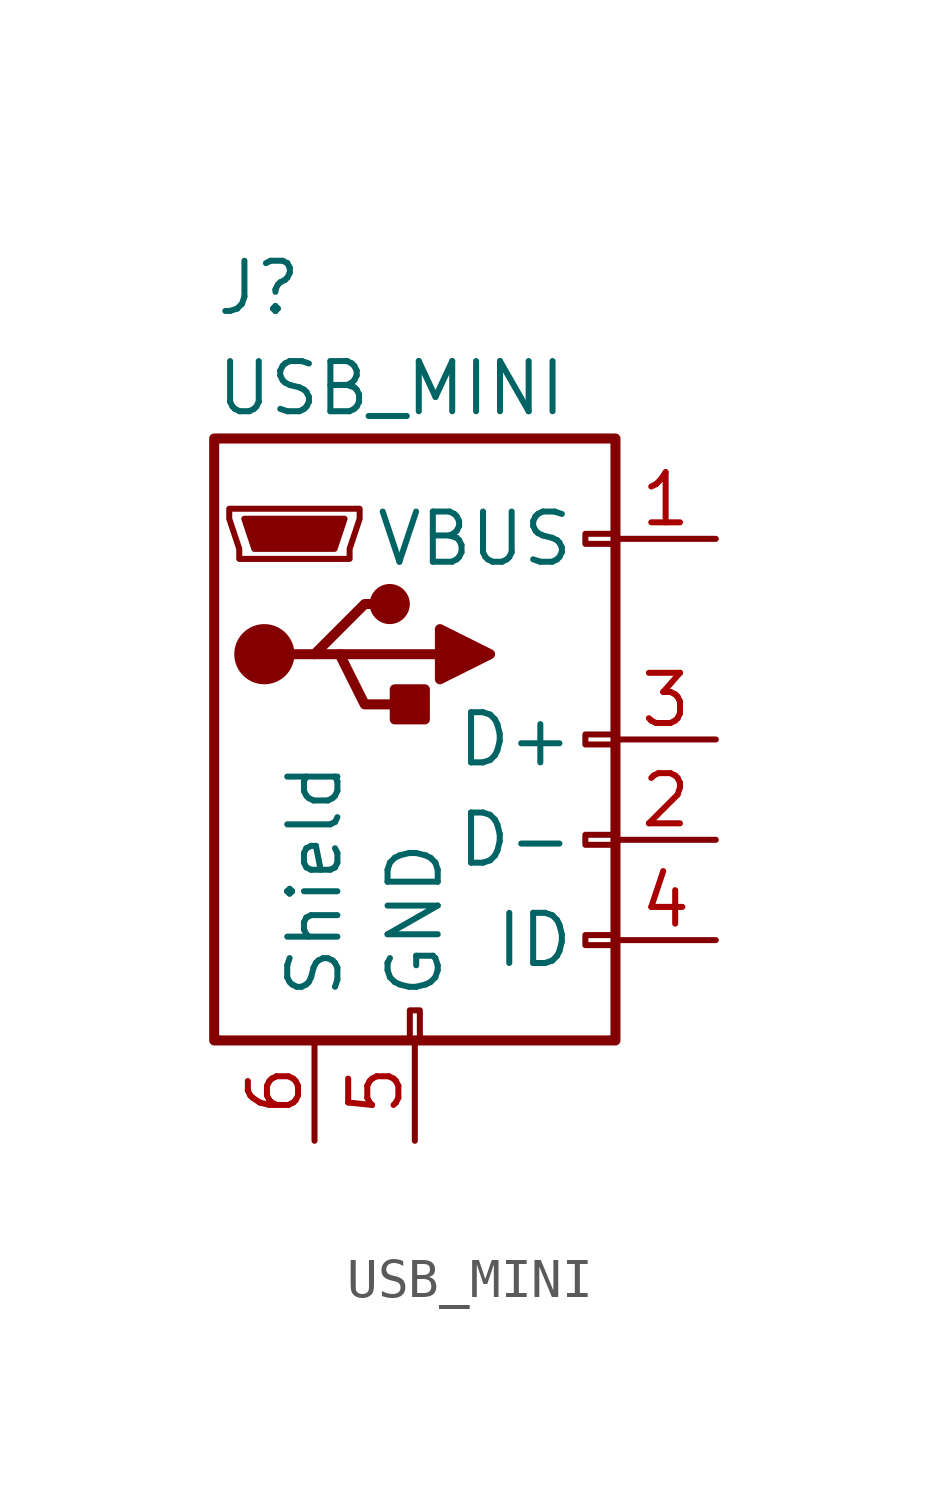
<source format=kicad_sym>
(kicad_symbol_lib
  (version 20211014)
  (generator kicad_symbol_editor)
  (symbol "USB_MINI"
    (pin_names
      (offset 1.016))
    (property "Reference" "J"
      (at -5.08 11.43 0)
      (effects (font (size 1.27 1.27)) (justify left)))
    (property "Value" "USB_MINI"
      (at -5.08 8.89 0)
      (effects (font (size 1.27 1.27)) (justify left)))
    (symbol "USB_MINI_0_1"
      (rectangle (start -5.08 -7.62) (end 5.08 7.62) (stroke (width 0.254) (type default) (color 0 0 0 0)) (fill (type none)))
      (circle (center -3.81 2.159) (radius 0.635) (stroke (width 0.254) (type default) (color 0 0 0 0)) (fill (type outline)))
      (circle (center -0.635 3.429) (radius 0.381) (stroke (width 0.254) (type default) (color 0 0 0 0)) (fill (type outline)))
      (rectangle (start -0.127 -7.62) (end 0.127 -6.858) (stroke (width 0) (type default) (color 0 0 0 0)) (fill (type none)))
      (polyline (pts (xy -1.905 2.159) (xy 0.635 2.159)) (stroke (width 0.254) (type default) (color 0 0 0 0)) (fill (type none)))
      (polyline (pts (xy -3.175 2.159) (xy -2.54 2.159) (xy -1.27 3.429) (xy -0.635 3.429)) (stroke (width 0.254) (type default) (color 0 0 0 0)) (fill (type none)))
      (polyline (pts (xy -2.54 2.159) (xy -1.905 2.159) (xy -1.27 0.889) (xy 0 0.889)) (stroke (width 0.254) (type default) (color 0 0 0 0)) (fill (type none)))
      (polyline (pts (xy 0.635 2.794) (xy 0.635 1.524) (xy 1.905 2.159) (xy 0.635 2.794)) (stroke (width 0.254) (type default) (color 0 0 0 0)) (fill (type outline)))
      (polyline (pts (xy -4.318 5.588) (xy -1.778 5.588) (xy -2.032 4.826) (xy -4.064 4.826) (xy -4.318 5.588)) (stroke (width 0) (type default) (color 0 0 0 0)) (fill (type outline)))
      (polyline (pts (xy -4.699 5.842) (xy -4.699 5.588) (xy -4.445 4.826) (xy -4.445 4.572) (xy -1.651 4.572) (xy -1.651 4.826) (xy -1.397 5.588) (xy -1.397 5.842) (xy -4.699 5.842)) (stroke (width 0) (type default) (color 0 0 0 0)) (fill (type none)))
      (rectangle (start 0.254 1.27) (end -0.508 0.508) (stroke (width 0.254) (type default) (color 0 0 0 0)) (fill (type outline)))
      (rectangle (start 5.08 -5.207) (end 4.318 -4.953) (stroke (width 0) (type default) (color 0 0 0 0)) (fill (type none)))
      (rectangle (start 5.08 -2.667) (end 4.318 -2.413) (stroke (width 0) (type default) (color 0 0 0 0)) (fill (type none)))
      (rectangle (start 5.08 -0.127) (end 4.318 0.127) (stroke (width 0) (type default) (color 0 0 0 0)) (fill (type none)))
      (rectangle (start 5.08 4.953) (end 4.318 5.207) (stroke (width 0) (type default) (color 0 0 0 0)) (fill (type none))))
    (symbol "USB_MINI_1_1"
      (pin power_out line (at 7.62 5.08 180) (length 2.54) (name "VBUS" (effects (font (size 1.27 1.27)))) (number "1" (effects (font (size 1.27 1.27)))))
      (pin passive line (at 7.62 -2.54 180) (length 2.54) (name "D-" (effects (font (size 1.27 1.27)))) (number "2" (effects (font (size 1.27 1.27)))))
      (pin passive line (at 7.62 0 180) (length 2.54) (name "D+" (effects (font (size 1.27 1.27)))) (number "3" (effects (font (size 1.27 1.27)))))
      (pin passive line (at 7.62 -5.08 180) (length 2.54) (name "ID" (effects (font (size 1.27 1.27)))) (number "4" (effects (font (size 1.27 1.27)))))
      (pin power_in line (at 0 -10.16 90) (length 2.54) (name "GND" (effects (font (size 1.27 1.27)))) (number "5" (effects (font (size 1.27 1.27)))))
      (pin passive line (at -2.54 -10.16 90) (length 2.54) (name "Shield" (effects (font (size 1.27 1.27)))) (number "6" (effects (font (size 1.27 1.27))))))))
</source>
